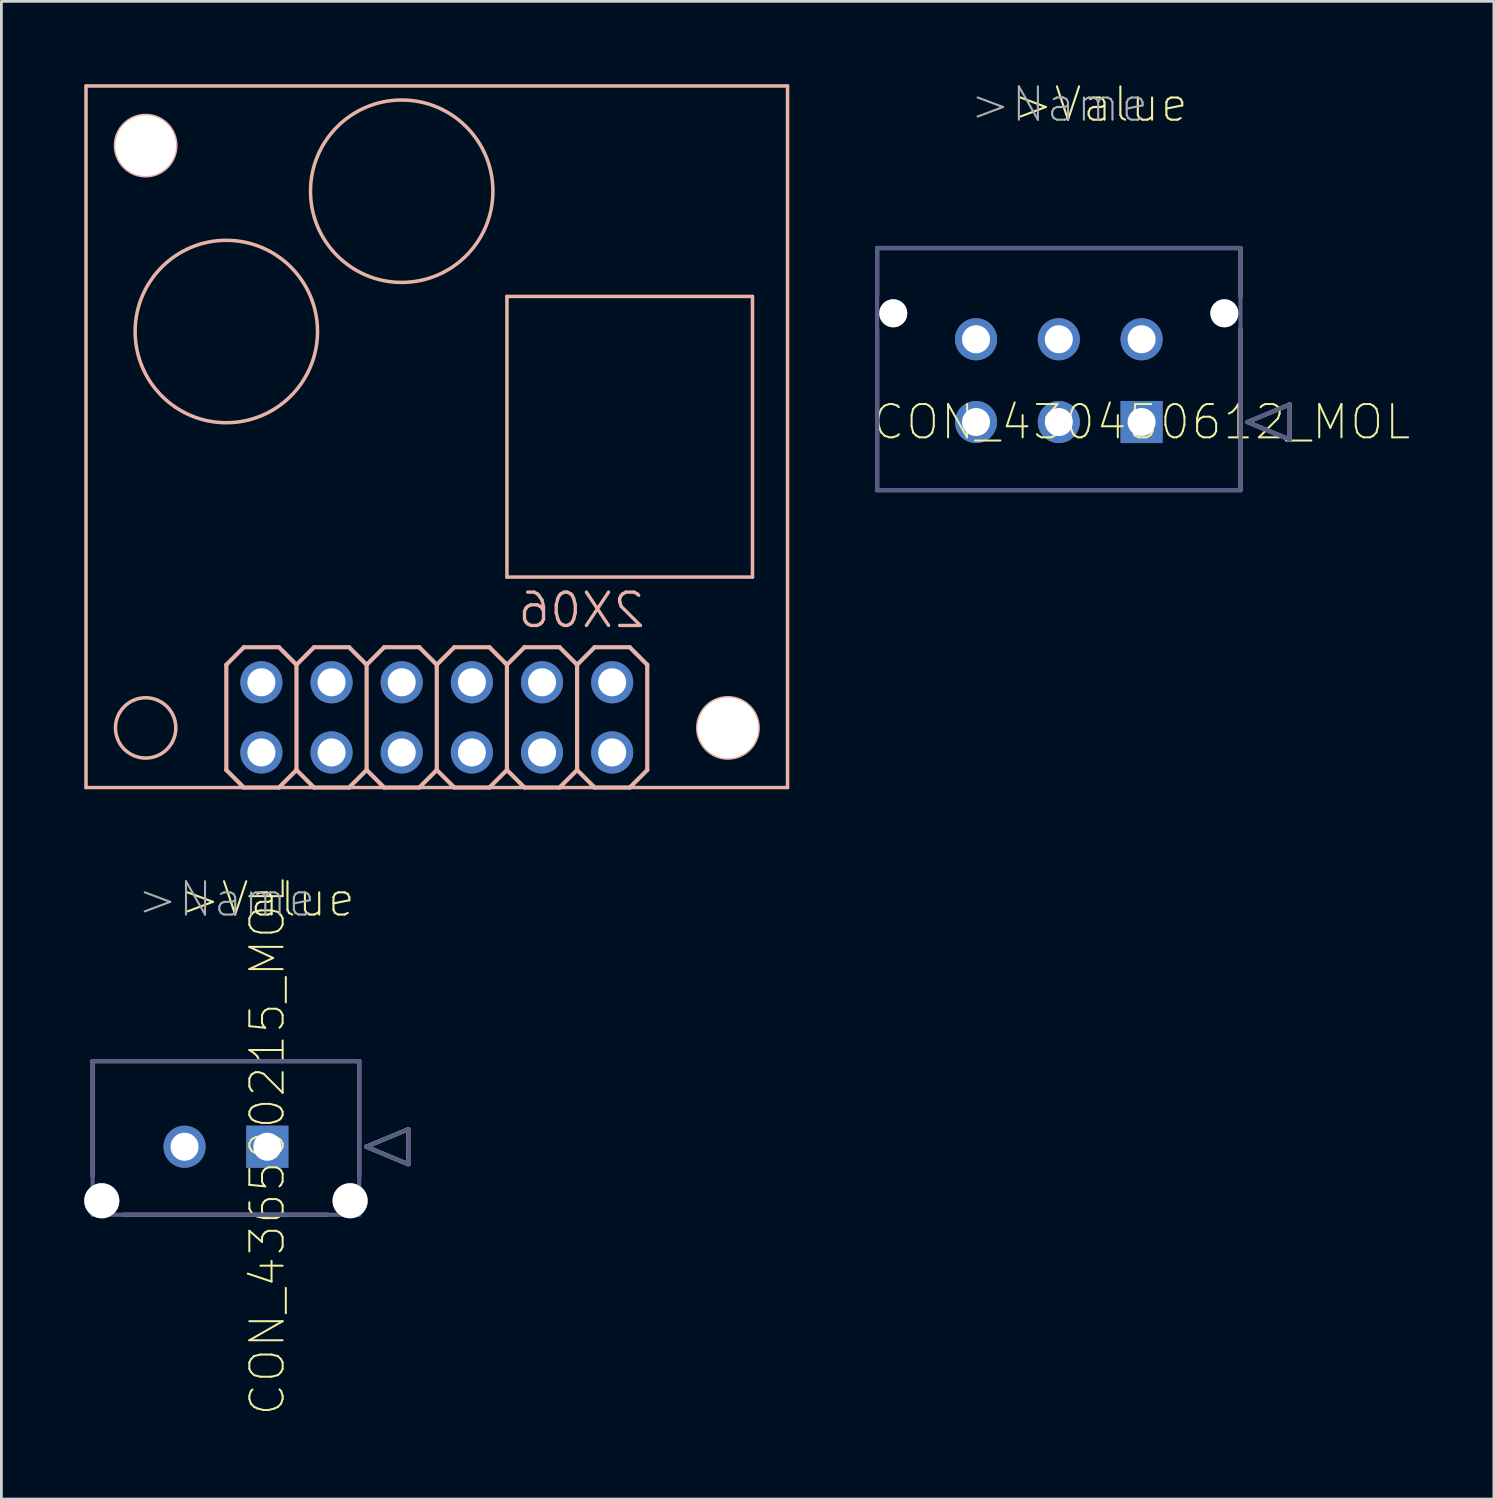
<source format=kicad_pcb>
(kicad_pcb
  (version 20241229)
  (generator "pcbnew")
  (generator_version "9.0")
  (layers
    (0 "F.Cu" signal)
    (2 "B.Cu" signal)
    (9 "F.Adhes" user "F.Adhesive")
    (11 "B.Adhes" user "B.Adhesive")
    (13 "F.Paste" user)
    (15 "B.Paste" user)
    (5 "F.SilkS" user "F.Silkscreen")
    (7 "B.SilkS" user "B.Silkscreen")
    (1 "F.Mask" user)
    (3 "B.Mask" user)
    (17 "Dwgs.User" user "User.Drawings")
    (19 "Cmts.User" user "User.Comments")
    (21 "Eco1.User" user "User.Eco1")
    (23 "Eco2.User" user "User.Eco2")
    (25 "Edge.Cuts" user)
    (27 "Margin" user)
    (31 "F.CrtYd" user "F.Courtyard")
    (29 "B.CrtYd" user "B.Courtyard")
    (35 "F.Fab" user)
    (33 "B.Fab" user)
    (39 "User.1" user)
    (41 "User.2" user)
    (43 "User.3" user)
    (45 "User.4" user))
  (footprint "CON_436500215_MOL"
    (layer "F.Cu")
    (at 6.629 38.468)
    (property "Reference" "CON_436500215_MOL" (at 0 0 90) (layer "F.SilkS") (effects (font (size 1.206 1.206) (thickness 0.072))))
    (attr through_hole)
    (fp_line (start -6.325 -3.099) (end -6.325 1.067) (stroke (width 0.152) (type solid)) (layer "B.SilkS"))
    (fp_line (start -5.207 2.464) (end 2.184 2.464) (stroke (width 0.152) (type solid)) (layer "B.SilkS"))
    (fp_line (start 3.327 -3.099) (end -6.325 -3.099) (stroke (width 0.152) (type solid)) (layer "B.SilkS"))
    (fp_line (start 3.327 1.067) (end 3.327 -3.099) (stroke (width 0.152) (type solid)) (layer "B.SilkS"))
    (fp_line (start 3.581 0) (end 5.105 -0.635) (stroke (width 0.152) (type solid)) (layer "B.SilkS"))
    (fp_line (start 5.105 -0.635) (end 5.105 0.635) (stroke (width 0.152) (type solid)) (layer "B.SilkS"))
    (fp_line (start 5.105 0.635) (end 3.581 0) (stroke (width 0.152) (type solid)) (layer "B.SilkS"))
    (fp_line (start -6.325 -3.099) (end -6.325 2.464) (stroke (width 0.152) (type solid)) (layer "B.Fab"))
    (fp_line (start -6.325 2.464) (end 3.327 2.464) (stroke (width 0.152) (type solid)) (layer "B.Fab"))
    (fp_line (start 3.327 -3.099) (end -6.325 -3.099) (stroke (width 0.152) (type solid)) (layer "B.Fab"))
    (fp_line (start 3.327 2.464) (end 3.327 -3.099) (stroke (width 0.152) (type solid)) (layer "B.Fab"))
    (fp_line (start 3.581 0) (end 5.105 -0.635) (stroke (width 0.152) (type solid)) (layer "B.Fab"))
    (fp_line (start 5.105 -0.635) (end 5.105 0.635) (stroke (width 0.152) (type solid)) (layer "B.Fab"))
    (fp_line (start 5.105 0.635) (end 3.581 0) (stroke (width 0.152) (type solid)) (layer "B.Fab"))
    (fp_text user ">Value" (at -3.226 -8.255 0) (layer "F.SilkS") (effects (font (size 1.206 1.206) (thickness 0.076)) (justify left bottom)))
    (fp_text user ">Name" (at -4.775 -8.255 0) (layer "F.Fab") (effects (font (size 1.206 1.206) (thickness 0.076)) (justify left bottom)))
    (pad "1" thru_hole rect (at 0 0) (size 1.524 1.524) (drill 1.016) (layers "*.Cu" "*.Mask"))
    (pad "2" thru_hole circle (at -2.997 0) (size 1.524 1.524) (drill 1.016) (layers "*.Cu" "*.Mask"))
    (pad "M1" thru_hole circle (at 2.997 1.956) (size 1.27 1.27) (drill 1.27) (layers "*.Cu" "*.Mask"))
    (pad "M2" thru_hole circle (at -5.994 1.956) (size 1.27 1.27) (drill 1.27) (layers "*.Cu" "*.Mask")))
  (footprint "CON_430450612_MOL"
    (layer "F.Cu")
    (at 38.282 12.23)
    (property "Reference" "CON_430450612_MOL" (at 0 0 180) (layer "F.SilkS") (effects (font (size 1.206 1.206) (thickness 0.072))))
    (attr through_hole)
    (fp_line (start -9.576 -6.299) (end -9.576 -4.547) (stroke (width 0.152) (type solid)) (layer "B.SilkS"))
    (fp_line (start -9.576 -3.353) (end -9.576 2.464) (stroke (width 0.152) (type solid)) (layer "B.SilkS"))
    (fp_line (start -9.576 2.464) (end 3.581 2.464) (stroke (width 0.152) (type solid)) (layer "B.SilkS"))
    (fp_line (start 3.581 -6.299) (end -9.576 -6.299) (stroke (width 0.152) (type solid)) (layer "B.SilkS"))
    (fp_line (start 3.581 -4.547) (end 3.581 -6.299) (stroke (width 0.152) (type solid)) (layer "B.SilkS"))
    (fp_line (start 3.581 2.464) (end 3.581 -3.353) (stroke (width 0.152) (type solid)) (layer "B.SilkS"))
    (fp_line (start 3.835 0) (end 5.359 -0.635) (stroke (width 0.152) (type solid)) (layer "B.SilkS"))
    (fp_line (start 5.359 -0.635) (end 5.359 0.635) (stroke (width 0.152) (type solid)) (layer "B.SilkS"))
    (fp_line (start 5.359 0.635) (end 3.835 0) (stroke (width 0.152) (type solid)) (layer "B.SilkS"))
    (fp_line (start -9.576 -6.299) (end -9.576 2.464) (stroke (width 0.152) (type solid)) (layer "B.Fab"))
    (fp_line (start -9.576 2.464) (end 3.581 2.464) (stroke (width 0.152) (type solid)) (layer "B.Fab"))
    (fp_line (start 3.581 -6.299) (end -9.576 -6.299) (stroke (width 0.152) (type solid)) (layer "B.Fab"))
    (fp_line (start 3.581 2.464) (end 3.581 -6.299) (stroke (width 0.152) (type solid)) (layer "B.Fab"))
    (fp_line (start 3.835 0) (end 5.359 -0.635) (stroke (width 0.152) (type solid)) (layer "B.Fab"))
    (fp_line (start 5.359 -0.635) (end 5.359 0.635) (stroke (width 0.152) (type solid)) (layer "B.Fab"))
    (fp_line (start 5.359 0.635) (end 3.835 0) (stroke (width 0.152) (type solid)) (layer "B.Fab"))
    (fp_text user ">Value" (at -4.724 -10.795 0) (layer "F.SilkS") (effects (font (size 1.206 1.206) (thickness 0.076)) (justify left bottom)))
    (fp_text user ">Name" (at -6.274 -10.795 0) (layer "F.Fab") (effects (font (size 1.206 1.206) (thickness 0.076)) (justify left bottom)))
    (pad "1" thru_hole rect (at 0 0) (size 1.524 1.524) (drill 1.016) (layers "*.Cu" "*.Mask"))
    (pad "2" thru_hole circle (at -2.997 0) (size 1.524 1.524) (drill 1.016) (layers "*.Cu" "*.Mask"))
    (pad "3" thru_hole circle (at -5.994 0) (size 1.524 1.524) (drill 1.016) (layers "*.Cu" "*.Mask"))
    (pad "4" thru_hole circle (at 0 -2.997) (size 1.524 1.524) (drill 1.016) (layers "*.Cu" "*.Mask"))
    (pad "5" thru_hole circle (at -2.997 -2.997) (size 1.524 1.524) (drill 1.016) (layers "*.Cu" "*.Mask"))
    (pad "6" thru_hole circle (at -5.994 -2.997) (size 1.524 1.524) (drill 1.016) (layers "*.Cu" "*.Mask"))
    (pad "M1" thru_hole circle (at 2.997 -3.937) (size 1.016 1.016) (drill 1.016) (layers "*.Cu" "*.Mask"))
    (pad "M2" thru_hole circle (at -8.992 -3.937) (size 1.016 1.016) (drill 1.016) (layers "*.Cu" "*.Mask")))
  (footprint "2X06"
    (layer "F.Cu")
    (at 12.764 25.463)
    (property "Reference" "2X06" (at 7.62 -5.715 0) (layer "B.SilkS") (effects (font (size 1.206 1.206) (thickness 0.121)) (justify left bottom mirror)))
    (attr through_hole)
    (fp_line (start -12.7 -25.4) (end 12.7 -25.4) (stroke (width 0.127) (type solid)) (layer "B.SilkS"))
    (fp_line (start -12.7 0) (end -12.7 -25.4) (stroke (width 0.127) (type solid)) (layer "B.SilkS"))
    (fp_line (start -7.62 -4.445) (end -6.985 -5.08) (stroke (width 0.152) (type solid)) (layer "B.SilkS"))
    (fp_line (start -7.62 -0.635) (end -7.62 -4.445) (stroke (width 0.152) (type solid)) (layer "B.SilkS"))
    (fp_line (start -7.62 -0.635) (end -6.985 0) (stroke (width 0.152) (type solid)) (layer "B.SilkS"))
    (fp_line (start -6.985 -5.08) (end -5.715 -5.08) (stroke (width 0.152) (type solid)) (layer "B.SilkS"))
    (fp_line (start -6.985 0) (end -5.715 0) (stroke (width 0.152) (type solid)) (layer "B.SilkS"))
    (fp_line (start -5.715 -5.08) (end -5.08 -4.445) (stroke (width 0.152) (type solid)) (layer "B.SilkS"))
    (fp_line (start -5.715 0) (end -5.08 -0.635) (stroke (width 0.152) (type solid)) (layer "B.SilkS"))
    (fp_line (start -5.08 -4.445) (end -5.08 -0.635) (stroke (width 0.152) (type solid)) (layer "B.SilkS"))
    (fp_line (start -5.08 -4.445) (end -4.445 -5.08) (stroke (width 0.152) (type solid)) (layer "B.SilkS"))
    (fp_line (start -5.08 -0.635) (end -4.445 0) (stroke (width 0.152) (type solid)) (layer "B.SilkS"))
    (fp_line (start -4.445 -5.08) (end -3.175 -5.08) (stroke (width 0.152) (type solid)) (layer "B.SilkS"))
    (fp_line (start -4.445 0) (end -3.175 0) (stroke (width 0.152) (type solid)) (layer "B.SilkS"))
    (fp_line (start -3.175 -5.08) (end -2.54 -4.445) (stroke (width 0.152) (type solid)) (layer "B.SilkS"))
    (fp_line (start -3.175 0) (end -2.54 -0.635) (stroke (width 0.152) (type solid)) (layer "B.SilkS"))
    (fp_line (start -2.54 -4.445) (end -2.54 -0.635) (stroke (width 0.152) (type solid)) (layer "B.SilkS"))
    (fp_line (start -2.54 -4.445) (end -1.905 -5.08) (stroke (width 0.152) (type solid)) (layer "B.SilkS"))
    (fp_line (start -2.54 -0.635) (end -1.905 0) (stroke (width 0.152) (type solid)) (layer "B.SilkS"))
    (fp_line (start -1.905 -5.08) (end -0.635 -5.08) (stroke (width 0.152) (type solid)) (layer "B.SilkS"))
    (fp_line (start -1.905 0) (end -0.635 0) (stroke (width 0.152) (type solid)) (layer "B.SilkS"))
    (fp_line (start -0.635 -5.08) (end 0 -4.445) (stroke (width 0.152) (type solid)) (layer "B.SilkS"))
    (fp_line (start -0.635 0) (end 0 -0.635) (stroke (width 0.152) (type solid)) (layer "B.SilkS"))
    (fp_line (start 0 -4.445) (end 0 -0.635) (stroke (width 0.152) (type solid)) (layer "B.SilkS"))
    (fp_line (start 0 -4.445) (end 0.635 -5.08) (stroke (width 0.152) (type solid)) (layer "B.SilkS"))
    (fp_line (start 0 -0.635) (end 0.635 0) (stroke (width 0.152) (type solid)) (layer "B.SilkS"))
    (fp_line (start 0.635 -5.08) (end 1.905 -5.08) (stroke (width 0.152) (type solid)) (layer "B.SilkS"))
    (fp_line (start 0.635 0) (end 1.905 0) (stroke (width 0.152) (type solid)) (layer "B.SilkS"))
    (fp_line (start 1.905 -5.08) (end 2.54 -4.445) (stroke (width 0.152) (type solid)) (layer "B.SilkS"))
    (fp_line (start 1.905 0) (end 2.54 -0.635) (stroke (width 0.152) (type solid)) (layer "B.SilkS"))
    (fp_line (start 2.54 -17.78) (end 2.54 -7.62) (stroke (width 0.127) (type solid)) (layer "B.SilkS"))
    (fp_line (start 2.54 -7.62) (end 11.43 -7.62) (stroke (width 0.127) (type solid)) (layer "B.SilkS"))
    (fp_line (start 2.54 -4.445) (end 2.54 -0.635) (stroke (width 0.152) (type solid)) (layer "B.SilkS"))
    (fp_line (start 2.54 -4.445) (end 3.175 -5.08) (stroke (width 0.152) (type solid)) (layer "B.SilkS"))
    (fp_line (start 2.54 -0.635) (end 3.175 0) (stroke (width 0.152) (type solid)) (layer "B.SilkS"))
    (fp_line (start 3.175 -5.08) (end 4.445 -5.08) (stroke (width 0.152) (type solid)) (layer "B.SilkS"))
    (fp_line (start 3.175 0) (end 4.445 0) (stroke (width 0.152) (type solid)) (layer "B.SilkS"))
    (fp_line (start 4.445 -5.08) (end 5.08 -4.445) (stroke (width 0.152) (type solid)) (layer "B.SilkS"))
    (fp_line (start 4.445 0) (end 5.08 -0.635) (stroke (width 0.152) (type solid)) (layer "B.SilkS"))
    (fp_line (start 5.08 -4.445) (end 5.08 -0.635) (stroke (width 0.152) (type solid)) (layer "B.SilkS"))
    (fp_line (start 5.08 -4.445) (end 5.715 -5.08) (stroke (width 0.152) (type solid)) (layer "B.SilkS"))
    (fp_line (start 5.08 -0.635) (end 5.715 0) (stroke (width 0.152) (type solid)) (layer "B.SilkS"))
    (fp_line (start 5.715 -5.08) (end 6.985 -5.08) (stroke (width 0.152) (type solid)) (layer "B.SilkS"))
    (fp_line (start 5.715 0) (end 6.985 0) (stroke (width 0.152) (type solid)) (layer "B.SilkS"))
    (fp_line (start 6.985 -5.08) (end 7.62 -4.445) (stroke (width 0.152) (type solid)) (layer "B.SilkS"))
    (fp_line (start 6.985 0) (end 7.62 -0.635) (stroke (width 0.152) (type solid)) (layer "B.SilkS"))
    (fp_line (start 7.62 -4.445) (end 7.62 -0.635) (stroke (width 0.152) (type solid)) (layer "B.SilkS"))
    (fp_line (start 11.43 -17.78) (end 2.54 -17.78) (stroke (width 0.127) (type solid)) (layer "B.SilkS"))
    (fp_line (start 11.43 -7.62) (end 11.43 -17.78) (stroke (width 0.127) (type solid)) (layer "B.SilkS"))
    (fp_line (start 12.7 -25.4) (end 12.7 0) (stroke (width 0.127) (type solid)) (layer "B.SilkS"))
    (fp_line (start 12.7 0) (end -12.7 0) (stroke (width 0.127) (type solid)) (layer "B.SilkS"))
    (fp_circle (center -10.541 -23.241) (end -9.449 -23.241) (stroke (width 0.127) (type solid)) (fill no) (layer "B.SilkS"))
    (fp_circle (center -10.541 -2.159) (end -9.449 -2.159) (stroke (width 0.127) (type solid)) (fill no) (layer "B.SilkS"))
    (fp_circle (center -7.62 -16.51) (end -4.318 -16.51) (stroke (width 0.127) (type solid)) (fill no) (layer "B.SilkS"))
    (fp_circle (center -1.27 -21.59) (end 2.032 -21.59) (stroke (width 0.127) (type solid)) (fill no) (layer "B.SilkS"))
    (fp_circle (center 10.541 -2.159) (end 11.633 -2.159) (stroke (width 0.127) (type solid)) (fill no) (layer "B.SilkS"))
    (fp_poly (pts (xy -6.604 -3.556) (xy -6.096 -3.556) (xy -6.096 -4.064) (xy -6.604 -4.064)) (stroke (width 0.1) (type solid)) (fill no) (layer "F.Fab"))
    (fp_poly (pts (xy -6.604 -1.016) (xy -6.096 -1.016) (xy -6.096 -1.524) (xy -6.604 -1.524)) (stroke (width 0.1) (type solid)) (fill no) (layer "F.Fab"))
    (fp_poly (pts (xy -4.064 -3.556) (xy -3.556 -3.556) (xy -3.556 -4.064) (xy -4.064 -4.064)) (stroke (width 0.1) (type solid)) (fill no) (layer "F.Fab"))
    (fp_poly (pts (xy -4.064 -1.016) (xy -3.556 -1.016) (xy -3.556 -1.524) (xy -4.064 -1.524)) (stroke (width 0.1) (type solid)) (fill no) (layer "F.Fab"))
    (fp_poly (pts (xy -1.524 -3.556) (xy -1.016 -3.556) (xy -1.016 -4.064) (xy -1.524 -4.064)) (stroke (width 0.1) (type solid)) (fill no) (layer "F.Fab"))
    (fp_poly (pts (xy -1.524 -1.016) (xy -1.016 -1.016) (xy -1.016 -1.524) (xy -1.524 -1.524)) (stroke (width 0.1) (type solid)) (fill no) (layer "F.Fab"))
    (fp_poly (pts (xy 1.016 -3.556) (xy 1.524 -3.556) (xy 1.524 -4.064) (xy 1.016 -4.064)) (stroke (width 0.1) (type solid)) (fill no) (layer "F.Fab"))
    (fp_poly (pts (xy 1.016 -1.016) (xy 1.524 -1.016) (xy 1.524 -1.524) (xy 1.016 -1.524)) (stroke (width 0.1) (type solid)) (fill no) (layer "F.Fab"))
    (fp_poly (pts (xy 3.556 -3.556) (xy 4.064 -3.556) (xy 4.064 -4.064) (xy 3.556 -4.064)) (stroke (width 0.1) (type solid)) (fill no) (layer "F.Fab"))
    (fp_poly (pts (xy 3.556 -1.016) (xy 4.064 -1.016) (xy 4.064 -1.524) (xy 3.556 -1.524)) (stroke (width 0.1) (type solid)) (fill no) (layer "F.Fab"))
    (fp_poly (pts (xy 6.096 -3.556) (xy 6.604 -3.556) (xy 6.604 -4.064) (xy 6.096 -4.064)) (stroke (width 0.1) (type solid)) (fill no) (layer "F.Fab"))
    (fp_poly (pts (xy 6.096 -1.016) (xy 6.604 -1.016) (xy 6.604 -1.524) (xy 6.096 -1.524)) (stroke (width 0.1) (type solid)) (fill no) (layer "F.Fab"))
    (pad "" np_thru_hole circle (at -10.541 -23.241) (size 2.2 2.2) (drill 2.2) (layers "*.Cu" "*.Mask"))
    (pad "" np_thru_hole circle (at 10.541 -2.159) (size 2.2 2.2) (drill 2.2) (layers "*.Cu" "*.Mask"))
    (pad "1" thru_hole circle (at -6.35 -1.27) (size 1.524 1.524) (drill 1.016) (layers "*.Cu" "*.Mask"))
    (pad "2" thru_hole circle (at -6.35 -3.81) (size 1.524 1.524) (drill 1.016) (layers "*.Cu" "*.Mask"))
    (pad "3" thru_hole circle (at -3.81 -1.27) (size 1.524 1.524) (drill 1.016) (layers "*.Cu" "*.Mask"))
    (pad "4" thru_hole circle (at -3.81 -3.81) (size 1.524 1.524) (drill 1.016) (layers "*.Cu" "*.Mask"))
    (pad "5" thru_hole circle (at -1.27 -1.27) (size 1.524 1.524) (drill 1.016) (layers "*.Cu" "*.Mask"))
    (pad "6" thru_hole circle (at -1.27 -3.81) (size 1.524 1.524) (drill 1.016) (layers "*.Cu" "*.Mask"))
    (pad "7" thru_hole circle (at 1.27 -1.27) (size 1.524 1.524) (drill 1.016) (layers "*.Cu" "*.Mask"))
    (pad "8" thru_hole circle (at 1.27 -3.81) (size 1.524 1.524) (drill 1.016) (layers "*.Cu" "*.Mask"))
    (pad "9" thru_hole circle (at 3.81 -1.27) (size 1.524 1.524) (drill 1.016) (layers "*.Cu" "*.Mask"))
    (pad "10" thru_hole circle (at 3.81 -3.81) (size 1.524 1.524) (drill 1.016) (layers "*.Cu" "*.Mask"))
    (pad "11" thru_hole circle (at 6.35 -1.27) (size 1.524 1.524) (drill 1.016) (layers "*.Cu" "*.Mask"))
    (pad "12" thru_hole circle (at 6.35 -3.81) (size 1.524 1.524) (drill 1.016) (layers "*.Cu" "*.Mask")))
  (gr_rect
    (start -3 -3)
    (end 51.037 51.223)
    (stroke (width 0.1) (type default))
    (fill no)
    (layer "Edge.Cuts")))
</source>
